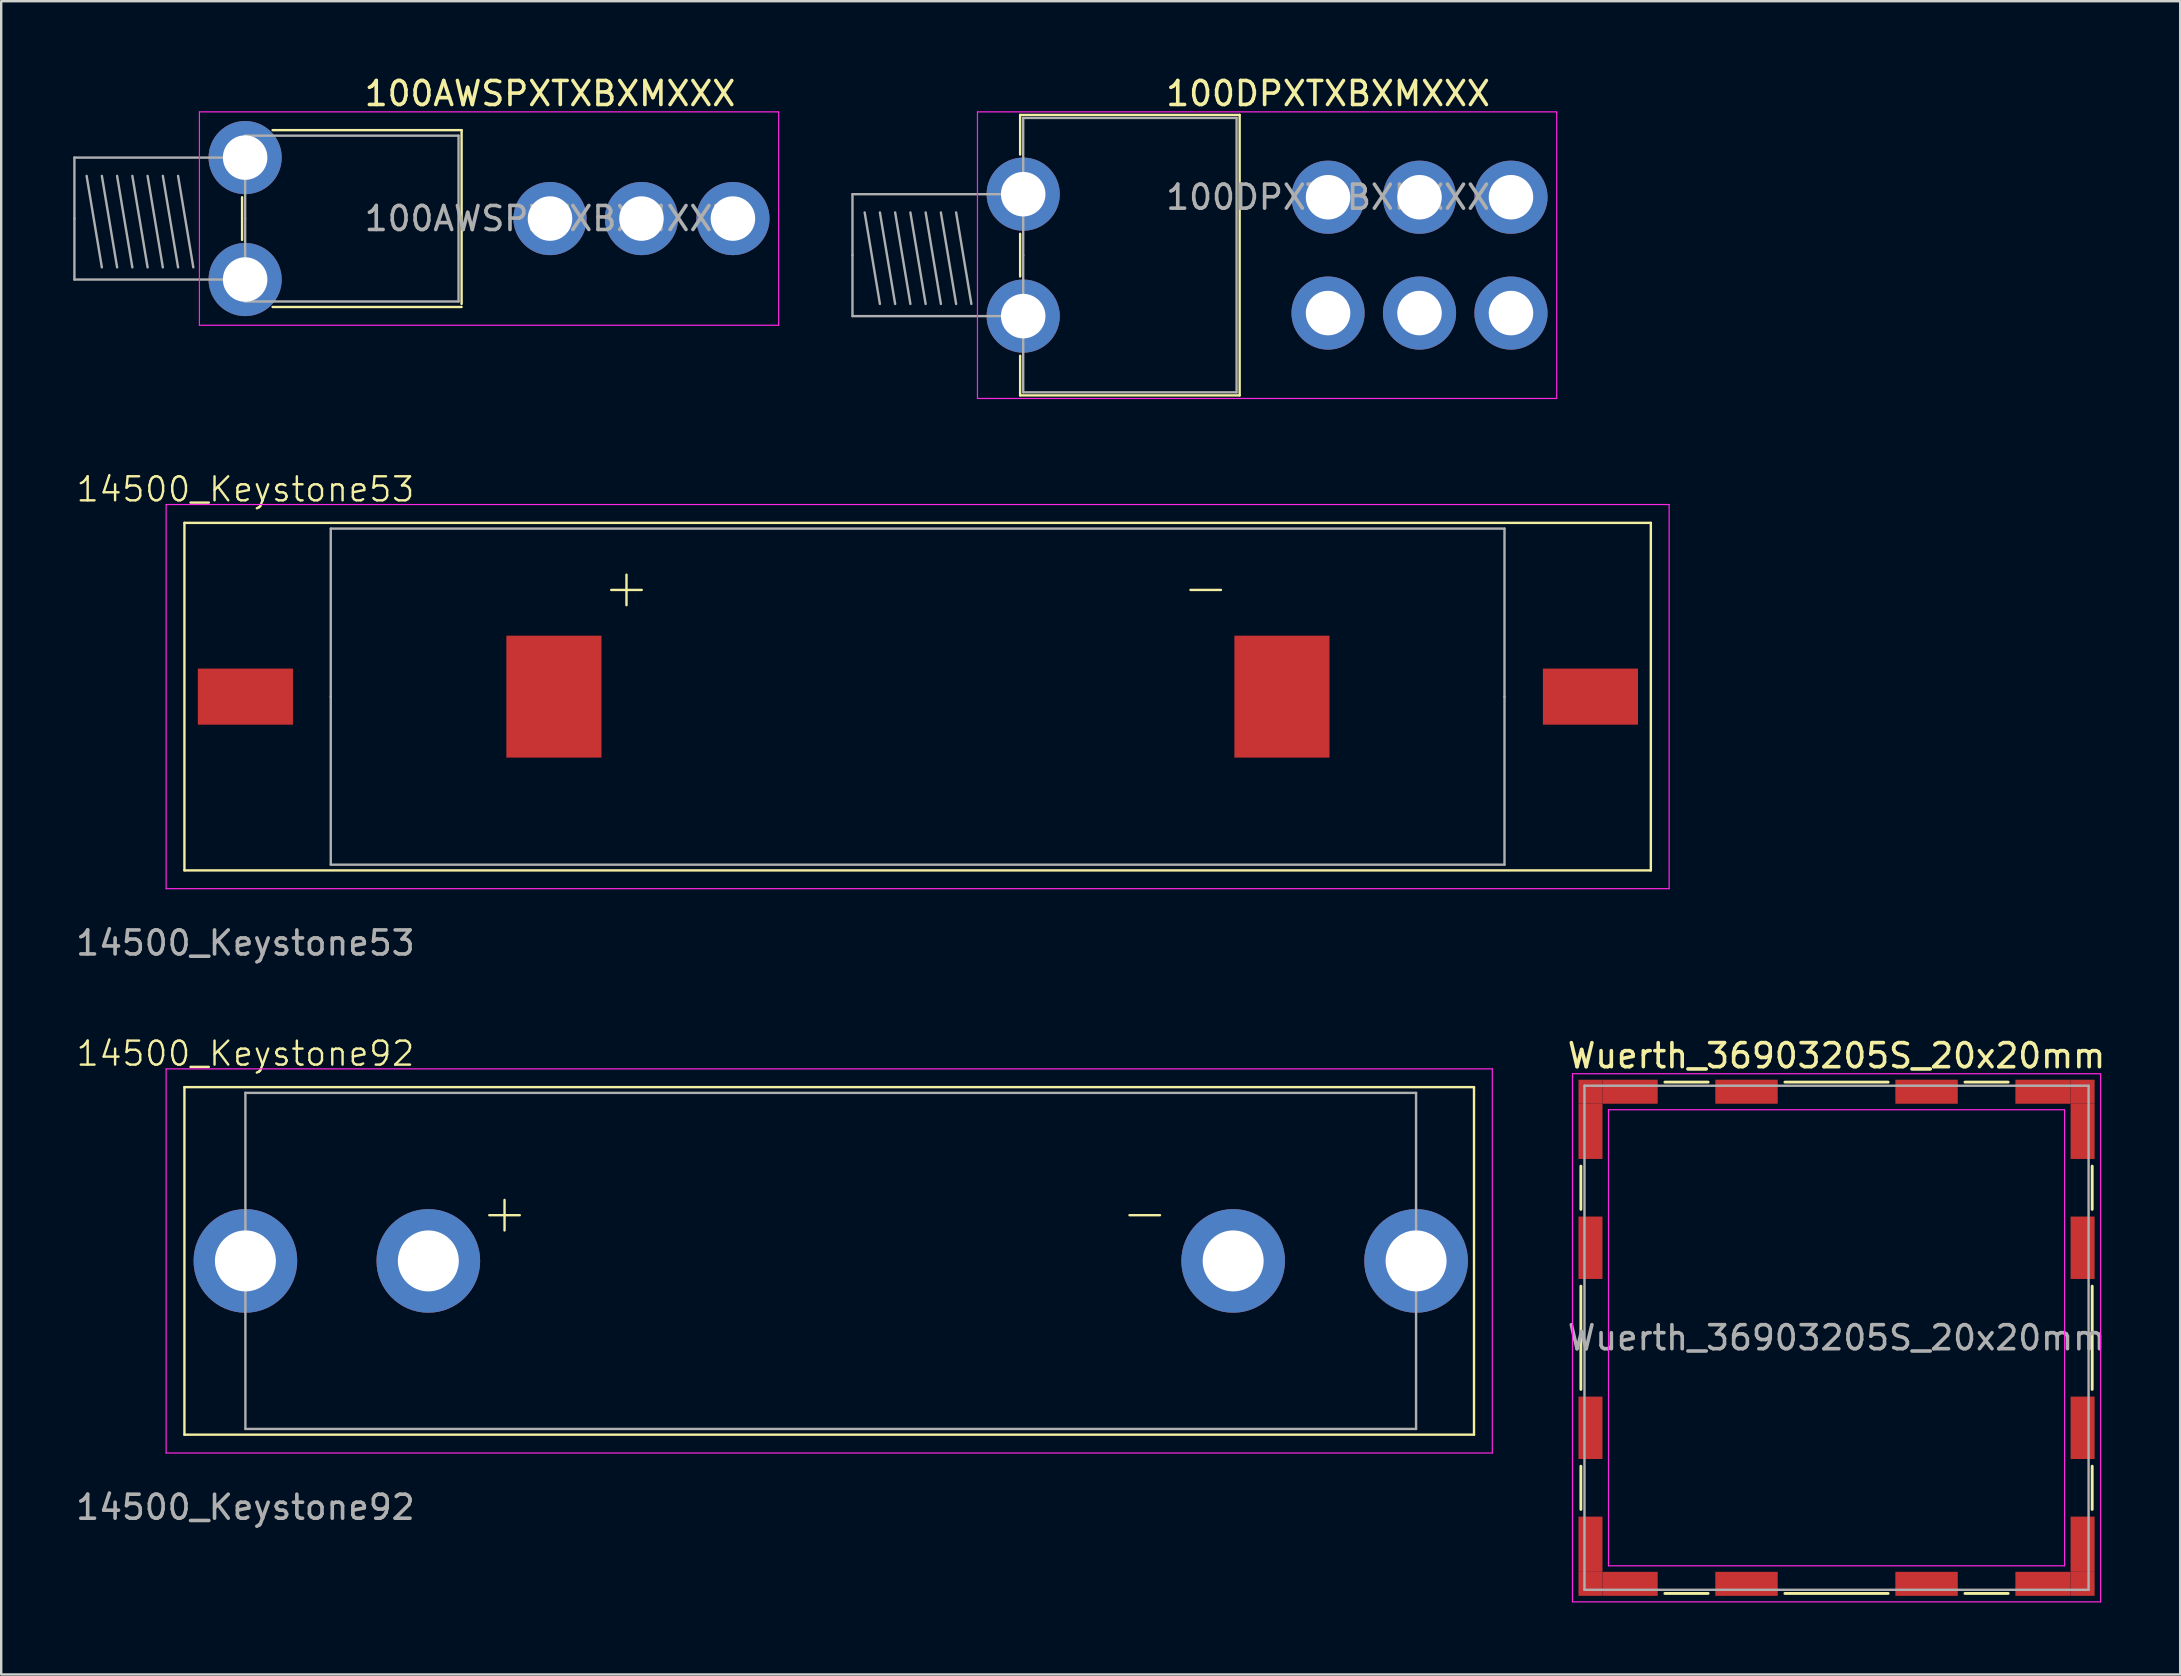
<source format=kicad_pcb>
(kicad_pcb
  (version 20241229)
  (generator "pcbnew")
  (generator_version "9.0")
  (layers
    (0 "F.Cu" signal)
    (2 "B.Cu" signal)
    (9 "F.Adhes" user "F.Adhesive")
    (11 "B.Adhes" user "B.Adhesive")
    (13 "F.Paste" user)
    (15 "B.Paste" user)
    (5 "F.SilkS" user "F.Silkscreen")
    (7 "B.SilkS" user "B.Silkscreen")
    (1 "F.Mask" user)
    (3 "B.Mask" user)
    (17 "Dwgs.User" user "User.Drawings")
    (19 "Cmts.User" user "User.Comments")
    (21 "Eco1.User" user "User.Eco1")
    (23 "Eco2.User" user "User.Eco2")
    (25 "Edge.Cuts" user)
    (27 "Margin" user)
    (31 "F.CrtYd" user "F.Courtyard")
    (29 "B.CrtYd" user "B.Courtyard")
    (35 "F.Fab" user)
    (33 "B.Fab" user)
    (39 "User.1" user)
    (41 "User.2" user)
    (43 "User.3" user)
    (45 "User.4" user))
  (footprint "14500_Keystone92"
    (layer "F.Cu")
    (at 7.173 49.477)
    (property "Reference" "14500_Keystone92" (at 0 -8.636 0) (unlocked yes) (layer "F.SilkS") (effects (font (size 1 1) (thickness 0.1))))
    (attr through_hole)
    (fp_line (start -2.54 -7.239) (end -2.54 7.239) (stroke (width 0.1) (type default)) (layer "F.SilkS"))
    (fp_line (start -2.54 -7.239) (end 51.181 -7.239) (stroke (width 0.1) (type default)) (layer "F.SilkS"))
    (fp_line (start 10.16 -1.905) (end 11.43 -1.905) (stroke (width 0.1) (type default)) (layer "F.SilkS"))
    (fp_line (start 10.795 -1.27) (end 10.795 -2.54) (stroke (width 0.1) (type default)) (layer "F.SilkS"))
    (fp_line (start 36.83 -1.905) (end 38.1 -1.905) (stroke (width 0.1) (type default)) (layer "F.SilkS"))
    (fp_line (start 51.181 -7.239) (end 51.181 7.239) (stroke (width 0.1) (type default)) (layer "F.SilkS"))
    (fp_line (start 51.181 7.239) (end -2.54 7.239) (stroke (width 0.1) (type default)) (layer "F.SilkS"))
    (fp_line (start -3.302 -8.001) (end 51.943 -8.001) (stroke (width 0.05) (type default)) (layer "F.CrtYd"))
    (fp_line (start -3.302 8.001) (end -3.302 -8.001) (stroke (width 0.05) (type default)) (layer "F.CrtYd"))
    (fp_line (start -3.302 8.001) (end 51.943 8.001) (stroke (width 0.05) (type default)) (layer "F.CrtYd"))
    (fp_line (start 51.943 -8.001) (end 51.943 8.001) (stroke (width 0.05) (type default)) (layer "F.CrtYd"))
    (fp_line (start 0 0) (end 0 -7) (stroke (width 0.1) (type default)) (layer "F.Fab"))
    (fp_line (start 0 0) (end 0 7) (stroke (width 0.1) (type default)) (layer "F.Fab"))
    (fp_line (start 0 7) (end 48.768 7) (stroke (width 0.1) (type default)) (layer "F.Fab"))
    (fp_line (start 48.768 -7) (end 0 -7) (stroke (width 0.1) (type default)) (layer "F.Fab"))
    (fp_line (start 48.768 0) (end 48.768 -7) (stroke (width 0.1) (type default)) (layer "F.Fab"))
    (fp_line (start 48.768 0) (end 48.768 7) (stroke (width 0.1) (type default)) (layer "F.Fab"))
    (fp_text user "${REFERENCE}" (at 0 10.263 0) (unlocked yes) (layer "F.Fab") (effects (font (size 1 1) (thickness 0.15))))
    (pad "1" thru_hole circle (at 0 0) (size 4.318 4.318) (drill 2.54) (layers "*.Cu" "*.Mask"))
    (pad "1" thru_hole circle (at 7.62 0) (size 4.318 4.318) (drill 2.54) (layers "*.Cu" "*.Mask"))
    (pad "2" thru_hole circle (at 41.148 0) (size 4.318 4.318) (drill 2.54) (layers "*.Cu" "*.Mask"))
    (pad "2" thru_hole circle (at 48.768 0) (size 4.318 4.318) (drill 2.54) (layers "*.Cu" "*.Mask")))
  (footprint "100AWSPXTXBXMXXX"
    (layer "F.Cu")
    (at 19.862 6.055)
    (property "Reference" "100AWSPXTXBXMXXX" (at 0 -5.207 0) (layer "F.SilkS") (effects (font (size 1 1) (thickness 0.15))))
    (attr smd)
    (fp_line (start -12.827 -0.889) (end -12.827 0.889) (stroke (width 0.1) (type default)) (layer "F.SilkS"))
    (fp_line (start -3.683 -3.683) (end -11.557 -3.683) (stroke (width 0.1) (type default)) (layer "F.SilkS"))
    (fp_line (start -3.683 -3.683) (end -3.683 3.556) (stroke (width 0.1) (type default)) (layer "F.SilkS"))
    (fp_line (start -3.683 3.683) (end -11.557 3.683) (stroke (width 0.1) (type default)) (layer "F.SilkS"))
    (fp_line (start -14.605 -4.445) (end 9.525 -4.445) (stroke (width 0.05) (type default)) (layer "F.CrtYd"))
    (fp_line (start -14.605 4.445) (end -14.605 -4.445) (stroke (width 0.05) (type default)) (layer "F.CrtYd"))
    (fp_line (start 9.525 -4.445) (end 9.525 4.445) (stroke (width 0.05) (type default)) (layer "F.CrtYd"))
    (fp_line (start 9.525 4.445) (end -14.605 4.445) (stroke (width 0.05) (type default)) (layer "F.CrtYd"))
    (fp_line (start -19.812 0) (end -19.812 -2.54) (stroke (width 0.1) (type default)) (layer "F.Fab"))
    (fp_line (start -19.812 2.54) (end -19.812 0) (stroke (width 0.1) (type default)) (layer "F.Fab"))
    (fp_line (start -19.304 -1.778) (end -18.669 2.032) (stroke (width 0.1) (type default)) (layer "F.Fab"))
    (fp_line (start -18.669 -1.778) (end -18.034 2.032) (stroke (width 0.1) (type default)) (layer "F.Fab"))
    (fp_line (start -18.034 -1.778) (end -17.399 2.032) (stroke (width 0.1) (type default)) (layer "F.Fab"))
    (fp_line (start -17.399 -1.778) (end -16.764 2.032) (stroke (width 0.1) (type default)) (layer "F.Fab"))
    (fp_line (start -16.764 -1.778) (end -16.129 2.032) (stroke (width 0.1) (type default)) (layer "F.Fab"))
    (fp_line (start -16.129 -1.778) (end -15.494 2.032) (stroke (width 0.1) (type default)) (layer "F.Fab"))
    (fp_line (start -15.494 -1.778) (end -14.859 2.032) (stroke (width 0.1) (type default)) (layer "F.Fab"))
    (fp_line (start -12.7 -3.454) (end -3.81 -3.454) (stroke (width 0.1) (type default)) (layer "F.Fab"))
    (fp_line (start -12.7 -2.54) (end -19.812 -2.54) (stroke (width 0.1) (type default)) (layer "F.Fab"))
    (fp_line (start -12.7 0) (end -12.7 -3.454) (stroke (width 0.1) (type default)) (layer "F.Fab"))
    (fp_line (start -12.7 2.54) (end -19.812 2.54) (stroke (width 0.1) (type default)) (layer "F.Fab"))
    (fp_line (start -12.7 3.454) (end -12.7 0) (stroke (width 0.1) (type default)) (layer "F.Fab"))
    (fp_line (start -12.7 3.454) (end -3.81 3.454) (stroke (width 0.1) (type default)) (layer "F.Fab"))
    (fp_line (start -3.81 -3.454) (end -3.81 3.454) (stroke (width 0.1) (type default)) (layer "F.Fab"))
    (fp_text user "${REFERENCE}" (at 0 0 0) (layer "F.Fab") (effects (font (size 1 1) (thickness 0.15))))
    (pad "" thru_hole circle (at -12.7 -2.54) (size 3.048 3.048) (drill 1.854) (layers "*.Cu" "*.Mask"))
    (pad "" thru_hole circle (at -12.7 2.54) (size 3.048 3.048) (drill 1.854) (layers "*.Cu" "*.Mask"))
    (pad "1" thru_hole circle (at 0 0) (size 3.048 3.048) (drill 1.854) (layers "*.Cu" "*.Mask"))
    (pad "2" thru_hole circle (at 3.81 0) (size 3.048 3.048) (drill 1.854) (layers "*.Cu" "*.Mask"))
    (pad "3" thru_hole circle (at 7.62 0) (size 3.048 3.048) (drill 1.854) (layers "*.Cu" "*.Mask")))
  (footprint "14500_Keystone53"
    (layer "F.Cu")
    (at 7.173 25.97)
    (property "Reference" "14500_Keystone53" (at 0 -8.636 0) (unlocked yes) (layer "F.SilkS") (effects (font (size 1 1) (thickness 0.1))))
    (attr through_hole)
    (fp_line (start -2.54 -7.239) (end -2.54 7.239) (stroke (width 0.1) (type default)) (layer "F.SilkS"))
    (fp_line (start -2.54 -7.239) (end 58.547 -7.239) (stroke (width 0.1) (type default)) (layer "F.SilkS"))
    (fp_line (start 15.24 -4.445) (end 16.51 -4.445) (stroke (width 0.1) (type default)) (layer "F.SilkS"))
    (fp_line (start 15.875 -3.81) (end 15.875 -5.08) (stroke (width 0.1) (type default)) (layer "F.SilkS"))
    (fp_line (start 39.37 -4.445) (end 40.64 -4.445) (stroke (width 0.1) (type default)) (layer "F.SilkS"))
    (fp_line (start 58.547 -7.239) (end 58.547 7.239) (stroke (width 0.1) (type default)) (layer "F.SilkS"))
    (fp_line (start 58.547 7.239) (end -2.54 7.239) (stroke (width 0.1) (type default)) (layer "F.SilkS"))
    (fp_line (start -3.302 -8.001) (end 59.309 -8.001) (stroke (width 0.05) (type default)) (layer "F.CrtYd"))
    (fp_line (start -3.302 8.001) (end -3.302 -8.001) (stroke (width 0.05) (type default)) (layer "F.CrtYd"))
    (fp_line (start -3.302 8.001) (end 59.309 8.001) (stroke (width 0.05) (type default)) (layer "F.CrtYd"))
    (fp_line (start 59.309 -8.001) (end 59.309 8.001) (stroke (width 0.05) (type default)) (layer "F.CrtYd"))
    (fp_line (start 3.556 0) (end 3.556 -7) (stroke (width 0.1) (type default)) (layer "F.Fab"))
    (fp_line (start 3.556 0) (end 3.556 7) (stroke (width 0.1) (type default)) (layer "F.Fab"))
    (fp_line (start 3.556 7) (end 52.451 7) (stroke (width 0.1) (type default)) (layer "F.Fab"))
    (fp_line (start 52.451 -7) (end 3.556 -7) (stroke (width 0.1) (type default)) (layer "F.Fab"))
    (fp_line (start 52.451 0) (end 52.451 -7) (stroke (width 0.1) (type default)) (layer "F.Fab"))
    (fp_line (start 52.451 0) (end 52.451 7) (stroke (width 0.1) (type default)) (layer "F.Fab"))
    (fp_text user "${REFERENCE}" (at 0 10.263 0) (unlocked yes) (layer "F.Fab") (effects (font (size 1 1) (thickness 0.15))))
    (pad "1" smd rect (at 0 0) (size 3.962 2.337) (layers "F.Cu" "F.Mask" "F.Paste"))
    (pad "1" smd rect (at 12.852 0) (size 3.962 5.08) (layers "F.Cu" "F.Mask" "F.Paste"))
    (pad "2" smd rect (at 43.18 0) (size 3.962 5.08) (layers "F.Cu" "F.Mask" "F.Paste"))
    (pad "2" smd rect (at 56.032 0) (size 3.962 2.337) (layers "F.Cu" "F.Mask" "F.Paste")))
  (footprint "100DPXTXBXMXXX"
    (layer "F.Cu")
    (at 52.274 5.166)
    (property "Reference" "100DPXTXBXMXXX" (at 0 -4.318 0) (layer "F.SilkS") (effects (font (size 1 1) (thickness 0.15))))
    (attr smd)
    (fp_line (start -12.827 -3.429) (end -12.827 -1.778) (stroke (width 0.1) (type default)) (layer "F.SilkS"))
    (fp_line (start -12.827 -3.429) (end -3.683 -3.429) (stroke (width 0.1) (type default)) (layer "F.SilkS"))
    (fp_line (start -12.827 1.524) (end -12.827 3.302) (stroke (width 0.1) (type default)) (layer "F.SilkS"))
    (fp_line (start -12.827 8.255) (end -12.827 6.604) (stroke (width 0.1) (type default)) (layer "F.SilkS"))
    (fp_line (start -3.683 -3.429) (end -3.683 8.255) (stroke (width 0.1) (type default)) (layer "F.SilkS"))
    (fp_line (start -3.683 8.255) (end -12.827 8.255) (stroke (width 0.1) (type default)) (layer "F.SilkS"))
    (fp_line (start -14.605 -3.556) (end 9.525 -3.556) (stroke (width 0.05) (type default)) (layer "F.CrtYd"))
    (fp_line (start -14.605 8.382) (end -14.605 -3.556) (stroke (width 0.05) (type default)) (layer "F.CrtYd"))
    (fp_line (start 9.525 -3.556) (end 9.525 8.382) (stroke (width 0.05) (type default)) (layer "F.CrtYd"))
    (fp_line (start 9.525 8.382) (end -14.605 8.382) (stroke (width 0.05) (type default)) (layer "F.CrtYd"))
    (fp_line (start -19.812 2.413) (end -19.812 -0.127) (stroke (width 0.1) (type default)) (layer "F.Fab"))
    (fp_line (start -19.812 4.953) (end -19.812 2.413) (stroke (width 0.1) (type default)) (layer "F.Fab"))
    (fp_line (start -19.304 0.635) (end -18.669 4.445) (stroke (width 0.1) (type default)) (layer "F.Fab"))
    (fp_line (start -18.669 0.635) (end -18.034 4.445) (stroke (width 0.1) (type default)) (layer "F.Fab"))
    (fp_line (start -18.034 0.635) (end -17.399 4.445) (stroke (width 0.1) (type default)) (layer "F.Fab"))
    (fp_line (start -17.399 0.635) (end -16.764 4.445) (stroke (width 0.1) (type default)) (layer "F.Fab"))
    (fp_line (start -16.764 0.635) (end -16.129 4.445) (stroke (width 0.1) (type default)) (layer "F.Fab"))
    (fp_line (start -16.129 0.635) (end -15.494 4.445) (stroke (width 0.1) (type default)) (layer "F.Fab"))
    (fp_line (start -15.494 0.635) (end -14.859 4.445) (stroke (width 0.1) (type default)) (layer "F.Fab"))
    (fp_line (start -12.7 -3.302) (end -3.81 -3.302) (stroke (width 0.1) (type default)) (layer "F.Fab"))
    (fp_line (start -12.7 -0.127) (end -19.812 -0.127) (stroke (width 0.1) (type default)) (layer "F.Fab"))
    (fp_line (start -12.7 2.413) (end -12.7 -3.302) (stroke (width 0.1) (type default)) (layer "F.Fab"))
    (fp_line (start -12.7 4.953) (end -19.812 4.953) (stroke (width 0.1) (type default)) (layer "F.Fab"))
    (fp_line (start -12.7 8.128) (end -12.7 2.413) (stroke (width 0.1) (type default)) (layer "F.Fab"))
    (fp_line (start -12.7 8.128) (end -3.81 8.128) (stroke (width 0.1) (type default)) (layer "F.Fab"))
    (fp_line (start -3.81 -3.302) (end -3.81 8.128) (stroke (width 0.1) (type default)) (layer "F.Fab"))
    (fp_text user "${REFERENCE}" (at 0 0 0) (layer "F.Fab") (effects (font (size 1 1) (thickness 0.15))))
    (pad "" thru_hole circle (at -12.7 -0.127) (size 3.048 3.048) (drill 1.854) (layers "*.Cu" "*.Mask"))
    (pad "" thru_hole circle (at -12.7 4.953) (size 3.048 3.048) (drill 1.854) (layers "*.Cu" "*.Mask"))
    (pad "1" thru_hole circle (at 0 0) (size 3.048 3.048) (drill 1.854) (layers "*.Cu" "*.Mask"))
    (pad "2" thru_hole circle (at 3.81 0) (size 3.048 3.048) (drill 1.854) (layers "*.Cu" "*.Mask"))
    (pad "3" thru_hole circle (at 7.62 0) (size 3.048 3.048) (drill 1.854) (layers "*.Cu" "*.Mask"))
    (pad "4" thru_hole circle (at 0 4.826) (size 3.048 3.048) (drill 1.854) (layers "*.Cu" "*.Mask"))
    (pad "5" thru_hole circle (at 3.81 4.826) (size 3.048 3.048) (drill 1.854) (layers "*.Cu" "*.Mask"))
    (pad "6" thru_hole circle (at 7.62 4.826) (size 3.048 3.048) (drill 1.854) (layers "*.Cu" "*.Mask")))
  (footprint "Wuerth_36903205S_20x20mm"
    (layer "F.Cu")
    (at 73.456 52.679)
    (property "Reference" "Wuerth_36903205S_20x20mm" (at 0 -11.75 0) (layer "F.SilkS") (effects (font (size 1 1) (thickness 0.15))))
    (attr smd)
    (fp_line (start -10.65 -7.15) (end -10.65 -5.35) (stroke (width 0.12) (type solid)) (layer "F.SilkS"))
    (fp_line (start -10.65 -2.15) (end -10.65 2.15) (stroke (width 0.12) (type solid)) (layer "F.SilkS"))
    (fp_line (start -10.65 5.35) (end -10.65 7.15) (stroke (width 0.12) (type solid)) (layer "F.SilkS"))
    (fp_line (start -7.15 -10.65) (end -5.35 -10.65) (stroke (width 0.12) (type solid)) (layer "F.SilkS"))
    (fp_line (start -7.15 10.65) (end -5.35 10.65) (stroke (width 0.12) (type solid)) (layer "F.SilkS"))
    (fp_line (start -2.15 -10.65) (end 2.15 -10.65) (stroke (width 0.12) (type solid)) (layer "F.SilkS"))
    (fp_line (start -2.15 10.65) (end 2.15 10.65) (stroke (width 0.12) (type solid)) (layer "F.SilkS"))
    (fp_line (start 5.35 -10.65) (end 7.15 -10.65) (stroke (width 0.12) (type solid)) (layer "F.SilkS"))
    (fp_line (start 5.35 10.65) (end 7.15 10.65) (stroke (width 0.12) (type solid)) (layer "F.SilkS"))
    (fp_line (start 10.65 -7.15) (end 10.65 -5.35) (stroke (width 0.12) (type solid)) (layer "F.SilkS"))
    (fp_line (start 10.65 -2.15) (end 10.65 2.15) (stroke (width 0.12) (type solid)) (layer "F.SilkS"))
    (fp_line (start 10.65 5.35) (end 10.65 7.15) (stroke (width 0.12) (type solid)) (layer "F.SilkS"))
    (fp_line (start -11 -11) (end -11 11) (stroke (width 0.05) (type solid)) (layer "F.CrtYd"))
    (fp_line (start -11 11) (end 11 11) (stroke (width 0.05) (type solid)) (layer "F.CrtYd"))
    (fp_line (start -9.5 -9.5) (end -9.5 9.5) (stroke (width 0.05) (type solid)) (layer "F.CrtYd"))
    (fp_line (start -9.5 9.5) (end 9.5 9.5) (stroke (width 0.05) (type solid)) (layer "F.CrtYd"))
    (fp_line (start 9.5 -9.5) (end -9.5 -9.5) (stroke (width 0.05) (type solid)) (layer "F.CrtYd"))
    (fp_line (start 9.5 9.5) (end 9.5 -9.5) (stroke (width 0.05) (type solid)) (layer "F.CrtYd"))
    (fp_line (start 11 -11) (end -11 -11) (stroke (width 0.05) (type solid)) (layer "F.CrtYd"))
    (fp_line (start 11 11) (end 11 -11) (stroke (width 0.05) (type solid)) (layer "F.CrtYd"))
    (fp_line (start -10.5 -10.5) (end -10.5 10.5) (stroke (width 0.1) (type solid)) (layer "F.Fab"))
    (fp_line (start -10.5 10.5) (end 10.5 10.5) (stroke (width 0.1) (type solid)) (layer "F.Fab"))
    (fp_line (start 10.5 -10.5) (end -10.5 -10.5) (stroke (width 0.1) (type solid)) (layer "F.Fab"))
    (fp_line (start 10.5 10.5) (end 10.5 -10.5) (stroke (width 0.1) (type solid)) (layer "F.Fab"))
    (fp_text user "${REFERENCE}" (at 0 0 0) (layer "F.Fab") (effects (font (size 1 1) (thickness 0.15))))
    (pad "1" smd rect (at -10.25 -10.25) (size 1 1) (layers "F.Cu" "F.Mask" "F.Paste"))
    (pad "1" smd rect (at -10.25 -8.6) (size 1 2.3) (layers "F.Cu" "F.Mask" "F.Paste"))
    (pad "1" smd rect (at -10.25 -3.75) (size 1 2.6) (layers "F.Cu" "F.Mask" "F.Paste"))
    (pad "1" smd rect (at -10.25 3.75) (size 1 2.6) (layers "F.Cu" "F.Mask" "F.Paste"))
    (pad "1" smd rect (at -10.25 8.6) (size 1 2.3) (layers "F.Cu" "F.Mask" "F.Paste"))
    (pad "1" smd rect (at -10.25 10.25) (size 1 1) (layers "F.Cu" "F.Mask" "F.Paste"))
    (pad "1" smd rect (at -8.6 -10.25) (size 2.3 1) (layers "F.Cu" "F.Mask" "F.Paste"))
    (pad "1" smd rect (at -8.6 10.25) (size 2.3 1) (layers "F.Cu" "F.Mask" "F.Paste"))
    (pad "1" smd rect (at -3.75 -10.25) (size 2.6 1) (layers "F.Cu" "F.Mask" "F.Paste"))
    (pad "1" smd rect (at -3.75 10.25) (size 2.6 1) (layers "F.Cu" "F.Mask" "F.Paste"))
    (pad "1" smd rect (at 3.75 -10.25) (size 2.6 1) (layers "F.Cu" "F.Mask" "F.Paste"))
    (pad "1" smd rect (at 3.75 10.25) (size 2.6 1) (layers "F.Cu" "F.Mask" "F.Paste"))
    (pad "1" smd rect (at 8.6 -10.25) (size 2.3 1) (layers "F.Cu" "F.Mask" "F.Paste"))
    (pad "1" smd rect (at 8.6 10.25) (size 2.3 1) (layers "F.Cu" "F.Mask" "F.Paste"))
    (pad "1" smd rect (at 10.25 -10.25) (size 1 1) (layers "F.Cu" "F.Mask" "F.Paste"))
    (pad "1" smd rect (at 10.25 -8.6) (size 1 2.3) (layers "F.Cu" "F.Mask" "F.Paste"))
    (pad "1" smd rect (at 10.25 -3.75) (size 1 2.6) (layers "F.Cu" "F.Mask" "F.Paste"))
    (pad "1" smd rect (at 10.25 3.75) (size 1 2.6) (layers "F.Cu" "F.Mask" "F.Paste"))
    (pad "1" smd rect (at 10.25 8.6) (size 1 2.3) (layers "F.Cu" "F.Mask" "F.Paste"))
    (pad "1" smd rect (at 10.25 10.25) (size 1 1) (layers "F.Cu" "F.Mask" "F.Paste")))
  (gr_rect
    (start -3 -3)
    (end 87.772 66.704)
    (stroke (width 0.1) (type default))
    (fill no)
    (layer "Edge.Cuts")))
</source>
